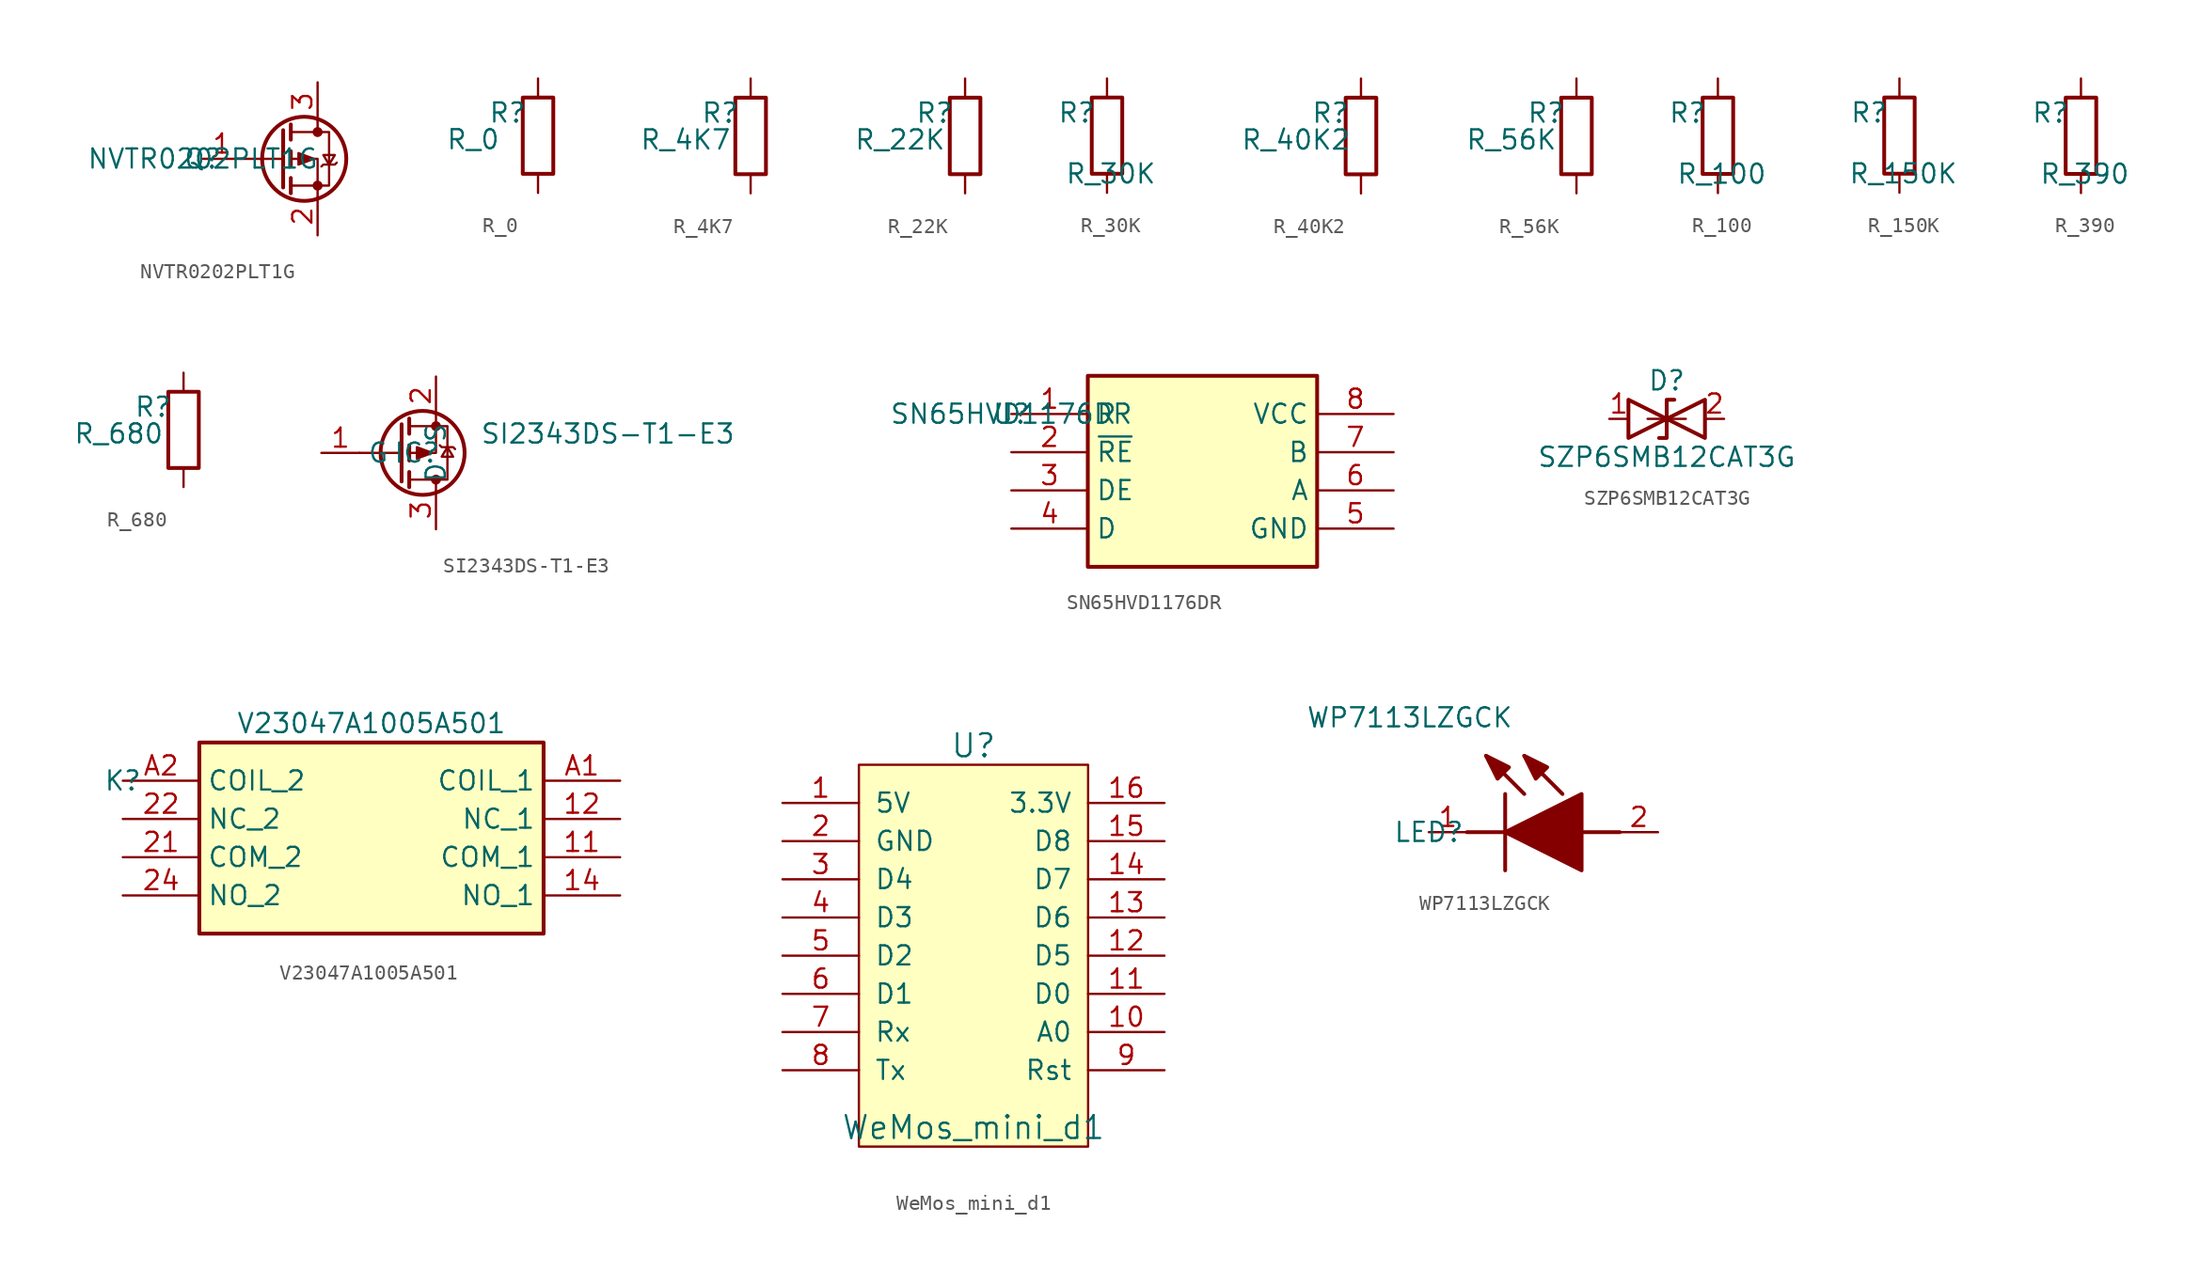
<source format=kicad_sym>
(kicad_symbol_lib
  (version 20211014)
  (generator kicad_symbol_editor)
  (symbol "NVTR0202PLT1G"
    (pin_names hide)
    (property "Reference" "Q"
      (at -7.62 0 0)
      (effects (font (size 1.27 1.27))))
    (property "Value" "NVTR0202PLT1G"
      (at -7.62 0 0)
      (effects (font (size 1.27 1.27))))
    (symbol "NVTR0202PLT1G_0_1"
      (circle (center -0.889 0) (radius 2.794) (stroke (width 0.254) (type default) (color 0 0 0 0)) (fill (type none)))
      (circle (center 0 -1.778) (radius 0.254) (stroke (width 0) (type default) (color 0 0 0 0)) (fill (type outline)))
      (polyline (pts (xy -2.286 0) (xy -5.08 0)) (stroke (width 0) (type default) (color 0 0 0 0)) (fill (type none)))
      (polyline (pts (xy -2.286 1.905) (xy -2.286 -1.905)) (stroke (width 0.254) (type default) (color 0 0 0 0)) (fill (type none)))
      (polyline (pts (xy -1.778 -1.27) (xy -1.778 -2.286)) (stroke (width 0.254) (type default) (color 0 0 0 0)) (fill (type none)))
      (polyline (pts (xy -1.778 0.508) (xy -1.778 -0.508)) (stroke (width 0.254) (type default) (color 0 0 0 0)) (fill (type none)))
      (polyline (pts (xy -1.778 2.286) (xy -1.778 1.27)) (stroke (width 0.254) (type default) (color 0 0 0 0)) (fill (type none)))
      (polyline (pts (xy 0 2.54) (xy 0 1.778)) (stroke (width 0) (type default) (color 0 0 0 0)) (fill (type none)))
      (polyline (pts (xy 0 -2.54) (xy 0 0) (xy -1.778 0)) (stroke (width 0) (type default) (color 0 0 0 0)) (fill (type none)))
      (polyline (pts (xy -1.778 1.778) (xy 0.762 1.778) (xy 0.762 -1.778) (xy -1.778 -1.778)) (stroke (width 0) (type default) (color 0 0 0 0)) (fill (type none)))
      (polyline (pts (xy -0.254 0) (xy -1.27 0.381) (xy -1.27 -0.381) (xy -0.254 0)) (stroke (width 0) (type default) (color 0 0 0 0)) (fill (type outline)))
      (polyline (pts (xy 0.254 -0.508) (xy 0.381 -0.381) (xy 1.143 -0.381) (xy 1.27 -0.254)) (stroke (width 0) (type default) (color 0 0 0 0)) (fill (type none)))
      (polyline (pts (xy 0.762 -0.381) (xy 0.381 0.254) (xy 1.143 0.254) (xy 0.762 -0.381)) (stroke (width 0) (type default) (color 0 0 0 0)) (fill (type none)))
      (circle (center 0 1.778) (radius 0.254) (stroke (width 0) (type default) (color 0 0 0 0)) (fill (type outline))))
    (symbol "NVTR0202PLT1G_1_1"
      (pin input line (at -7.62 0 0) (length 2.54) (name "G" (effects (font (size 1.27 1.27)))) (number "1" (effects (font (size 1.27 1.27)))))
      (pin passive line (at 0 -5.08 90) (length 2.54) (name "S" (effects (font (size 1.27 1.27)))) (number "2" (effects (font (size 1.27 1.27)))))
      (pin passive line (at 0 5.08 270) (length 2.54) (name "D" (effects (font (size 1.27 1.27)))) (number "3" (effects (font (size 1.27 1.27)))))))
  (symbol "R_0"
    (pin_numbers hide)
    (pin_names
      (offset 1.016) hide)
    (property "Reference" "R"
      (at -2.032 1.524 0)
      (effects (font (size 1.27 1.27))))
    (property "Value" "R_0"
      (at -4.318 -0.254 0)
      (effects (font (size 1.27 1.27))))
    (symbol "R_0_0_1"
      (rectangle (start -1.016 -2.54) (end 1.016 2.54) (stroke (width 0.254) (type default) (color 0 0 0 0)) (fill (type none))))
    (symbol "R_0_1_1"
      (pin passive line (at 0 3.81 270) (length 1.27) (name "~" (effects (font (size 1.27 1.27)))) (number "1" (effects (font (size 1.27 1.27)))))
      (pin passive line (at 0 -3.81 90) (length 1.27) (name "~" (effects (font (size 1.27 1.27)))) (number "2" (effects (font (size 1.27 1.27)))))))
  (symbol "R_4K7"
    (pin_numbers hide)
    (pin_names
      (offset 1.016) hide)
    (property "Reference" "R"
      (at -2.032 1.524 0)
      (effects (font (size 1.27 1.27))))
    (property "Value" "R_4K7"
      (at -4.318 -0.254 0)
      (effects (font (size 1.27 1.27))))
    (symbol "R_4K7_0_1"
      (rectangle (start -1.016 -2.54) (end 1.016 2.54) (stroke (width 0.254) (type default) (color 0 0 0 0)) (fill (type none))))
    (symbol "R_4K7_1_1"
      (pin passive line (at 0 3.81 270) (length 1.27) (name "~" (effects (font (size 1.27 1.27)))) (number "1" (effects (font (size 1.27 1.27)))))
      (pin passive line (at 0 -3.81 90) (length 1.27) (name "~" (effects (font (size 1.27 1.27)))) (number "2" (effects (font (size 1.27 1.27)))))))
  (symbol "R_22K"
    (pin_numbers hide)
    (pin_names
      (offset 1.016) hide)
    (property "Reference" "R"
      (at -2.032 1.524 0)
      (effects (font (size 1.27 1.27))))
    (property "Value" "R_22K"
      (at -4.318 -0.254 0)
      (effects (font (size 1.27 1.27))))
    (symbol "R_22K_0_1"
      (rectangle (start -1.016 -2.54) (end 1.016 2.54) (stroke (width 0.254) (type default) (color 0 0 0 0)) (fill (type none))))
    (symbol "R_22K_1_1"
      (pin passive line (at 0 3.81 270) (length 1.27) (name "~" (effects (font (size 1.27 1.27)))) (number "1" (effects (font (size 1.27 1.27)))))
      (pin passive line (at 0 -3.81 90) (length 1.27) (name "~" (effects (font (size 1.27 1.27)))) (number "2" (effects (font (size 1.27 1.27)))))))
  (symbol "R_30K"
    (pin_numbers hide)
    (pin_names
      (offset 1.016) hide)
    (property "Reference" "R"
      (at -2.032 1.524 0)
      (effects (font (size 1.27 1.27))))
    (property "Value" "R_30K"
      (at 0.254 -2.54 0)
      (effects (font (size 1.27 1.27))))
    (symbol "R_30K_0_1"
      (rectangle (start -1.016 -2.54) (end 1.016 2.54) (stroke (width 0.254) (type default) (color 0 0 0 0)) (fill (type none))))
    (symbol "R_30K_1_1"
      (pin passive line (at 0 3.81 270) (length 1.27) (name "~" (effects (font (size 1.27 1.27)))) (number "1" (effects (font (size 1.27 1.27)))))
      (pin passive line (at 0 -3.81 90) (length 1.27) (name "~" (effects (font (size 1.27 1.27)))) (number "2" (effects (font (size 1.27 1.27)))))))
  (symbol "R_40K2"
    (pin_numbers hide)
    (pin_names
      (offset 1.016) hide)
    (property "Reference" "R"
      (at -2.032 1.524 0)
      (effects (font (size 1.27 1.27))))
    (property "Value" "R_40K2"
      (at -4.318 -0.254 0)
      (effects (font (size 1.27 1.27))))
    (symbol "R_40K2_0_1"
      (rectangle (start -1.016 -2.54) (end 1.016 2.54) (stroke (width 0.254) (type default) (color 0 0 0 0)) (fill (type none))))
    (symbol "R_40K2_1_1"
      (pin passive line (at 0 3.81 270) (length 1.27) (name "~" (effects (font (size 1.27 1.27)))) (number "1" (effects (font (size 1.27 1.27)))))
      (pin passive line (at 0 -3.81 90) (length 1.27) (name "~" (effects (font (size 1.27 1.27)))) (number "2" (effects (font (size 1.27 1.27)))))))
  (symbol "R_56K"
    (pin_numbers hide)
    (pin_names
      (offset 1.016) hide)
    (property "Reference" "R"
      (at -2.032 1.524 0)
      (effects (font (size 1.27 1.27))))
    (property "Value" "R_56K"
      (at -4.318 -0.254 0)
      (effects (font (size 1.27 1.27))))
    (symbol "R_56K_0_1"
      (rectangle (start -1.016 -2.54) (end 1.016 2.54) (stroke (width 0.254) (type default) (color 0 0 0 0)) (fill (type none))))
    (symbol "R_56K_1_1"
      (pin passive line (at 0 3.81 270) (length 1.27) (name "~" (effects (font (size 1.27 1.27)))) (number "1" (effects (font (size 1.27 1.27)))))
      (pin passive line (at 0 -3.81 90) (length 1.27) (name "~" (effects (font (size 1.27 1.27)))) (number "2" (effects (font (size 1.27 1.27)))))))
  (symbol "R_100"
    (pin_numbers hide)
    (pin_names
      (offset 1.016) hide)
    (property "Reference" "R"
      (at -2.032 1.524 0)
      (effects (font (size 1.27 1.27))))
    (property "Value" "R_100"
      (at 0.254 -2.54 0)
      (effects (font (size 1.27 1.27))))
    (symbol "R_100_0_1"
      (rectangle (start -1.016 -2.54) (end 1.016 2.54) (stroke (width 0.254) (type default) (color 0 0 0 0)) (fill (type none))))
    (symbol "R_100_1_1"
      (pin passive line (at 0 3.81 270) (length 1.27) (name "~" (effects (font (size 1.27 1.27)))) (number "1" (effects (font (size 1.27 1.27)))))
      (pin passive line (at 0 -3.81 90) (length 1.27) (name "~" (effects (font (size 1.27 1.27)))) (number "2" (effects (font (size 1.27 1.27)))))))
  (symbol "R_150K"
    (pin_numbers hide)
    (pin_names
      (offset 1.016) hide)
    (property "Reference" "R"
      (at -2.032 1.524 0)
      (effects (font (size 1.27 1.27))))
    (property "Value" "R_150K"
      (at 0.254 -2.54 0)
      (effects (font (size 1.27 1.27))))
    (symbol "R_150K_0_1"
      (rectangle (start -1.016 -2.54) (end 1.016 2.54) (stroke (width 0.254) (type default) (color 0 0 0 0)) (fill (type none))))
    (symbol "R_150K_1_1"
      (pin passive line (at 0 3.81 270) (length 1.27) (name "~" (effects (font (size 1.27 1.27)))) (number "1" (effects (font (size 1.27 1.27)))))
      (pin passive line (at 0 -3.81 90) (length 1.27) (name "~" (effects (font (size 1.27 1.27)))) (number "2" (effects (font (size 1.27 1.27)))))))
  (symbol "R_390"
    (pin_numbers hide)
    (pin_names
      (offset 1.016) hide)
    (property "Reference" "R"
      (at -2.032 1.524 0)
      (effects (font (size 1.27 1.27))))
    (property "Value" "R_390"
      (at 0.254 -2.54 0)
      (effects (font (size 1.27 1.27))))
    (symbol "R_390_0_1"
      (rectangle (start -1.016 -2.54) (end 1.016 2.54) (stroke (width 0.254) (type default) (color 0 0 0 0)) (fill (type none))))
    (symbol "R_390_1_1"
      (pin passive line (at 0 3.81 270) (length 1.27) (name "~" (effects (font (size 1.27 1.27)))) (number "1" (effects (font (size 1.27 1.27)))))
      (pin passive line (at 0 -3.81 90) (length 1.27) (name "~" (effects (font (size 1.27 1.27)))) (number "2" (effects (font (size 1.27 1.27)))))))
  (symbol "R_680"
    (pin_numbers hide)
    (pin_names
      (offset 1.016) hide)
    (property "Reference" "R"
      (at -2.032 1.524 0)
      (effects (font (size 1.27 1.27))))
    (property "Value" "R_680"
      (at -4.318 -0.254 0)
      (effects (font (size 1.27 1.27))))
    (symbol "R_680_0_1"
      (rectangle (start -1.016 -2.54) (end 1.016 2.54) (stroke (width 0.254) (type default) (color 0 0 0 0)) (fill (type none))))
    (symbol "R_680_1_1"
      (pin passive line (at 0 3.81 270) (length 1.27) (name "~" (effects (font (size 1.27 1.27)))) (number "1" (effects (font (size 1.27 1.27)))))
      (pin passive line (at 0 -3.81 90) (length 1.27) (name "~" (effects (font (size 1.27 1.27)))) (number "2" (effects (font (size 1.27 1.27)))))))
  (symbol "SI2343DS-T1-E3"
    (property "Reference" "IC"
      (at 0 0 0)
      (effects (font (size 1.27 1.27))))
    (property "Value" "SI2343DS-T1-E3"
      (at 12.7 1.27 0)
      (effects (font (size 1.27 1.27))))
    (symbol "SI2343DS-T1-E3_0_1"
      (polyline (pts (xy -1.016 -1.905) (xy -1.016 1.905)) (stroke (width 0.254) (type default) (color 0 0 0 0)) (fill (type none)))
      (polyline (pts (xy -1.016 0) (xy -3.81 0)) (stroke (width 0) (type default) (color 0 0 0 0)) (fill (type none)))
      (polyline (pts (xy -0.508 -2.286) (xy -0.508 -1.27)) (stroke (width 0.254) (type default) (color 0 0 0 0)) (fill (type none)))
      (polyline (pts (xy -0.508 -0.508) (xy -0.508 0.508)) (stroke (width 0.254) (type default) (color 0 0 0 0)) (fill (type none)))
      (polyline (pts (xy -0.508 1.27) (xy -0.508 2.286)) (stroke (width 0.254) (type default) (color 0 0 0 0)) (fill (type none)))
      (polyline (pts (xy 1.27 -2.54) (xy 1.27 -1.778)) (stroke (width 0) (type default) (color 0 0 0 0)) (fill (type none)))
      (polyline (pts (xy 1.27 2.54) (xy 1.27 0) (xy -0.508 0)) (stroke (width 0) (type default) (color 0 0 0 0)) (fill (type none)))
      (polyline (pts (xy -0.508 -1.778) (xy 2.032 -1.778) (xy 2.032 1.778) (xy -0.508 1.778)) (stroke (width 0) (type default) (color 0 0 0 0)) (fill (type none)))
      (polyline (pts (xy 1.016 0) (xy 0 -0.381) (xy 0 0.381) (xy 1.016 0)) (stroke (width 0) (type default) (color 0 0 0 0)) (fill (type outline)))
      (polyline (pts (xy 1.524 0.508) (xy 1.651 0.381) (xy 2.413 0.381) (xy 2.54 0.254)) (stroke (width 0) (type default) (color 0 0 0 0)) (fill (type none)))
      (polyline (pts (xy 2.032 0.381) (xy 1.651 -0.254) (xy 2.413 -0.254) (xy 2.032 0.381)) (stroke (width 0) (type default) (color 0 0 0 0)) (fill (type none)))
      (circle (center 0.381 0) (radius 2.794) (stroke (width 0.254) (type default) (color 0 0 0 0)) (fill (type none)))
      (circle (center 1.27 -1.778) (radius 0.254) (stroke (width 0) (type default) (color 0 0 0 0)) (fill (type outline)))
      (circle (center 1.27 1.778) (radius 0.254) (stroke (width 0) (type default) (color 0 0 0 0)) (fill (type outline))))
    (symbol "SI2343DS-T1-E3_1_1"
      (pin input line (at -6.35 0 0) (length 2.54) (name "G" (effects (font (size 1.27 1.27)))) (number "1" (effects (font (size 1.27 1.27)))))
      (pin passive line (at 1.27 5.08 270) (length 2.54) (name "S" (effects (font (size 1.27 1.27)))) (number "2" (effects (font (size 1.27 1.27)))))
      (pin passive line (at 1.27 -5.08 90) (length 2.54) (name "D" (effects (font (size 1.27 1.27)))) (number "3" (effects (font (size 1.27 1.27)))))))
  (symbol "SN65HVD1176DR"
    (property "Reference" "U"
      (at 0 0 0)
      (effects (font (size 1.27 1.27))))
    (property "Value" "SN65HVD1176DR"
      (at 0 0 0)
      (effects (font (size 1.27 1.27))))
    (symbol "SN65HVD1176DR_1_1"
      (rectangle (start 5.08 2.54) (end 20.32 -10.16) (stroke (width 0.254) (type default) (color 0 0 0 0)) (fill (type background)))
      (pin passive line (at 0 0 0) (length 5.08) (name "R" (effects (font (size 1.27 1.27)))) (number "1" (effects (font (size 1.27 1.27)))))
      (pin passive line (at 0 -2.54 0) (length 5.08) (name "~{RE}" (effects (font (size 1.27 1.27)))) (number "2" (effects (font (size 1.27 1.27)))))
      (pin passive line (at 0 -5.08 0) (length 5.08) (name "DE" (effects (font (size 1.27 1.27)))) (number "3" (effects (font (size 1.27 1.27)))))
      (pin passive line (at 0 -7.62 0) (length 5.08) (name "D" (effects (font (size 1.27 1.27)))) (number "4" (effects (font (size 1.27 1.27)))))
      (pin passive line (at 25.4 -7.62 180) (length 5.08) (name "GND" (effects (font (size 1.27 1.27)))) (number "5" (effects (font (size 1.27 1.27)))))
      (pin passive line (at 25.4 -5.08 180) (length 5.08) (name "A" (effects (font (size 1.27 1.27)))) (number "6" (effects (font (size 1.27 1.27)))))
      (pin passive line (at 25.4 -2.54 180) (length 5.08) (name "B" (effects (font (size 1.27 1.27)))) (number "7" (effects (font (size 1.27 1.27)))))
      (pin passive line (at 25.4 0 180) (length 5.08) (name "VCC" (effects (font (size 1.27 1.27)))) (number "8" (effects (font (size 1.27 1.27)))))))
  (symbol "SZP6SMB12CAT3G"
    (pin_names hide)
    (property "Reference" "D"
      (at 3.81 2.54 0)
      (effects (font (size 1.27 1.27))))
    (property "Value" "SZP6SMB12CAT3G"
      (at 3.81 -2.54 0)
      (effects (font (size 1.27 1.27))))
    (symbol "SZP6SMB12CAT3G_0_1"
      (polyline (pts (xy 5.08 0) (xy 2.54 0)) (stroke (width 0) (type default) (color 0 0 0 0)) (fill (type none)))
      (polyline (pts (xy 4.318 1.27) (xy 3.81 1.27) (xy 3.81 -1.27) (xy 3.302 -1.27)) (stroke (width 0.254) (type default) (color 0 0 0 0)) (fill (type none)))
      (polyline (pts (xy 1.27 1.27) (xy 1.27 -1.27) (xy 6.35 1.27) (xy 6.35 -1.27) (xy 1.27 1.27)) (stroke (width 0.254) (type default) (color 0 0 0 0)) (fill (type none))))
    (symbol "SZP6SMB12CAT3G_1_1"
      (pin passive line (at 0 0 0) (length 1.27) (name "1" (effects (font (size 1.27 1.27)))) (number "1" (effects (font (size 1.27 1.27)))))
      (pin passive line (at 7.62 0 180) (length 1.27) (name "2" (effects (font (size 1.27 1.27)))) (number "2" (effects (font (size 1.27 1.27)))))))
  (symbol "V23047A1005A501"
    (property "Reference" "K"
      (at 0 0 0)
      (effects (font (size 1.27 1.27))))
    (property "Value" "V23047A1005A501"
      (at 16.51 3.81 0)
      (effects (font (size 1.27 1.27))))
    (symbol "V23047A1005A501_1_1"
      (rectangle (start 5.08 2.54) (end 27.94 -10.16) (stroke (width 0.254) (type default) (color 0 0 0 0)) (fill (type background)))
      (pin passive line (at 33.02 -5.08 180) (length 5.08) (name "COM_1" (effects (font (size 1.27 1.27)))) (number "11" (effects (font (size 1.27 1.27)))))
      (pin passive line (at 33.02 -2.54 180) (length 5.08) (name "NC_1" (effects (font (size 1.27 1.27)))) (number "12" (effects (font (size 1.27 1.27)))))
      (pin passive line (at 33.02 -7.62 180) (length 5.08) (name "NO_1" (effects (font (size 1.27 1.27)))) (number "14" (effects (font (size 1.27 1.27)))))
      (pin passive line (at 0 -5.08 0) (length 5.08) (name "COM_2" (effects (font (size 1.27 1.27)))) (number "21" (effects (font (size 1.27 1.27)))))
      (pin passive line (at 0 -2.54 0) (length 5.08) (name "NC_2" (effects (font (size 1.27 1.27)))) (number "22" (effects (font (size 1.27 1.27)))))
      (pin passive line (at 0 -7.62 0) (length 5.08) (name "NO_2" (effects (font (size 1.27 1.27)))) (number "24" (effects (font (size 1.27 1.27)))))
      (pin passive line (at 33.02 0 180) (length 5.08) (name "COIL_1" (effects (font (size 1.27 1.27)))) (number "A1" (effects (font (size 1.27 1.27)))))
      (pin passive line (at 0 0 0) (length 5.08) (name "COIL_2" (effects (font (size 1.27 1.27)))) (number "A2" (effects (font (size 1.27 1.27)))))))
  (symbol "WeMos_mini_d1"
    (pin_names
      (offset 1.016))
    (property "Reference" "U"
      (at 0 12.7 0)
      (effects (font (size 1.524 1.524))))
    (property "Value" "WeMos_mini_d1"
      (at 0 -12.7 0)
      (effects (font (size 1.524 1.524))))
    (symbol "WeMos_mini_d1_0_1"
      (rectangle (start -7.62 11.43) (end 7.62 -13.97) (stroke (width 0) (type default) (color 0 0 0 0)) (fill (type background))))
    (symbol "WeMos_mini_d1_1_1"
      (pin power_in line (at -12.7 8.89 0) (length 5.08) (name "5V" (effects (font (size 1.27 1.27)))) (number "1" (effects (font (size 1.27 1.27)))))
      (pin bidirectional line (at 12.7 -6.35 180) (length 5.08) (name "A0" (effects (font (size 1.27 1.27)))) (number "10" (effects (font (size 1.27 1.27)))))
      (pin bidirectional line (at 12.7 -3.81 180) (length 5.08) (name "D0" (effects (font (size 1.27 1.27)))) (number "11" (effects (font (size 1.27 1.27)))))
      (pin bidirectional line (at 12.7 -1.27 180) (length 5.08) (name "D5" (effects (font (size 1.27 1.27)))) (number "12" (effects (font (size 1.27 1.27)))))
      (pin bidirectional line (at 12.7 1.27 180) (length 5.08) (name "D6" (effects (font (size 1.27 1.27)))) (number "13" (effects (font (size 1.27 1.27)))))
      (pin bidirectional line (at 12.7 3.81 180) (length 5.08) (name "D7" (effects (font (size 1.27 1.27)))) (number "14" (effects (font (size 1.27 1.27)))))
      (pin bidirectional line (at 12.7 6.35 180) (length 5.08) (name "D8" (effects (font (size 1.27 1.27)))) (number "15" (effects (font (size 1.27 1.27)))))
      (pin power_out line (at 12.7 8.89 180) (length 5.08) (name "3.3V" (effects (font (size 1.27 1.27)))) (number "16" (effects (font (size 1.27 1.27)))))
      (pin power_in line (at -12.7 6.35 0) (length 5.08) (name "GND" (effects (font (size 1.27 1.27)))) (number "2" (effects (font (size 1.27 1.27)))))
      (pin bidirectional line (at -12.7 3.81 0) (length 5.08) (name "D4" (effects (font (size 1.27 1.27)))) (number "3" (effects (font (size 1.27 1.27)))))
      (pin bidirectional line (at -12.7 1.27 0) (length 5.08) (name "D3" (effects (font (size 1.27 1.27)))) (number "4" (effects (font (size 1.27 1.27)))))
      (pin bidirectional line (at -12.7 -1.27 0) (length 5.08) (name "D2" (effects (font (size 1.27 1.27)))) (number "5" (effects (font (size 1.27 1.27)))))
      (pin bidirectional line (at -12.7 -3.81 0) (length 5.08) (name "D1" (effects (font (size 1.27 1.27)))) (number "6" (effects (font (size 1.27 1.27)))))
      (pin bidirectional line (at -12.7 -6.35 0) (length 5.08) (name "Rx" (effects (font (size 1.27 1.27)))) (number "7" (effects (font (size 1.27 1.27)))))
      (pin bidirectional line (at -12.7 -8.89 0) (length 5.08) (name "Tx" (effects (font (size 1.27 1.27)))) (number "8" (effects (font (size 1.27 1.27)))))
      (pin bidirectional line (at 12.7 -8.89 180) (length 5.08) (name "Rst" (effects (font (size 1.27 1.27)))) (number "9" (effects (font (size 1.27 1.27)))))))
  (symbol "WP7113LZGCK"
    (pin_names hide)
    (property "Reference" "LED"
      (at 0 0 0)
      (effects (font (size 1.27 1.27))))
    (property "Value" "WP7113LZGCK"
      (at -1.27 7.62 0)
      (effects (font (size 1.27 1.27))))
    (symbol "WP7113LZGCK_1_1"
      (polyline (pts (xy 2.54 0) (xy 5.08 0)) (stroke (width 0.254) (type default) (color 0 0 0 0)) (fill (type none)))
      (polyline (pts (xy 5.08 2.54) (xy 5.08 -2.54)) (stroke (width 0.254) (type default) (color 0 0 0 0)) (fill (type none)))
      (polyline (pts (xy 6.35 2.54) (xy 3.81 5.08)) (stroke (width 0.254) (type default) (color 0 0 0 0)) (fill (type none)))
      (polyline (pts (xy 8.89 2.54) (xy 6.35 5.08)) (stroke (width 0.254) (type default) (color 0 0 0 0)) (fill (type none)))
      (polyline (pts (xy 10.16 0) (xy 12.7 0)) (stroke (width 0.254) (type default) (color 0 0 0 0)) (fill (type none)))
      (polyline (pts (xy 5.08 0) (xy 10.16 2.54) (xy 10.16 -2.54) (xy 5.08 0)) (stroke (width 0.254) (type default) (color 0 0 0 0)) (fill (type outline)))
      (polyline (pts (xy 5.334 4.318) (xy 4.572 3.556) (xy 3.81 5.08) (xy 5.334 4.318)) (stroke (width 0.254) (type default) (color 0 0 0 0)) (fill (type outline)))
      (polyline (pts (xy 7.874 4.318) (xy 7.112 3.556) (xy 6.35 5.08) (xy 7.874 4.318)) (stroke (width 0.254) (type default) (color 0 0 0 0)) (fill (type outline)))
      (pin passive line (at 0 0 0) (length 2.54) (name "K" (effects (font (size 1.27 1.27)))) (number "1" (effects (font (size 1.27 1.27)))))
      (pin passive line (at 15.24 0 180) (length 2.54) (name "A" (effects (font (size 1.27 1.27)))) (number "2" (effects (font (size 1.27 1.27))))))))
</source>
